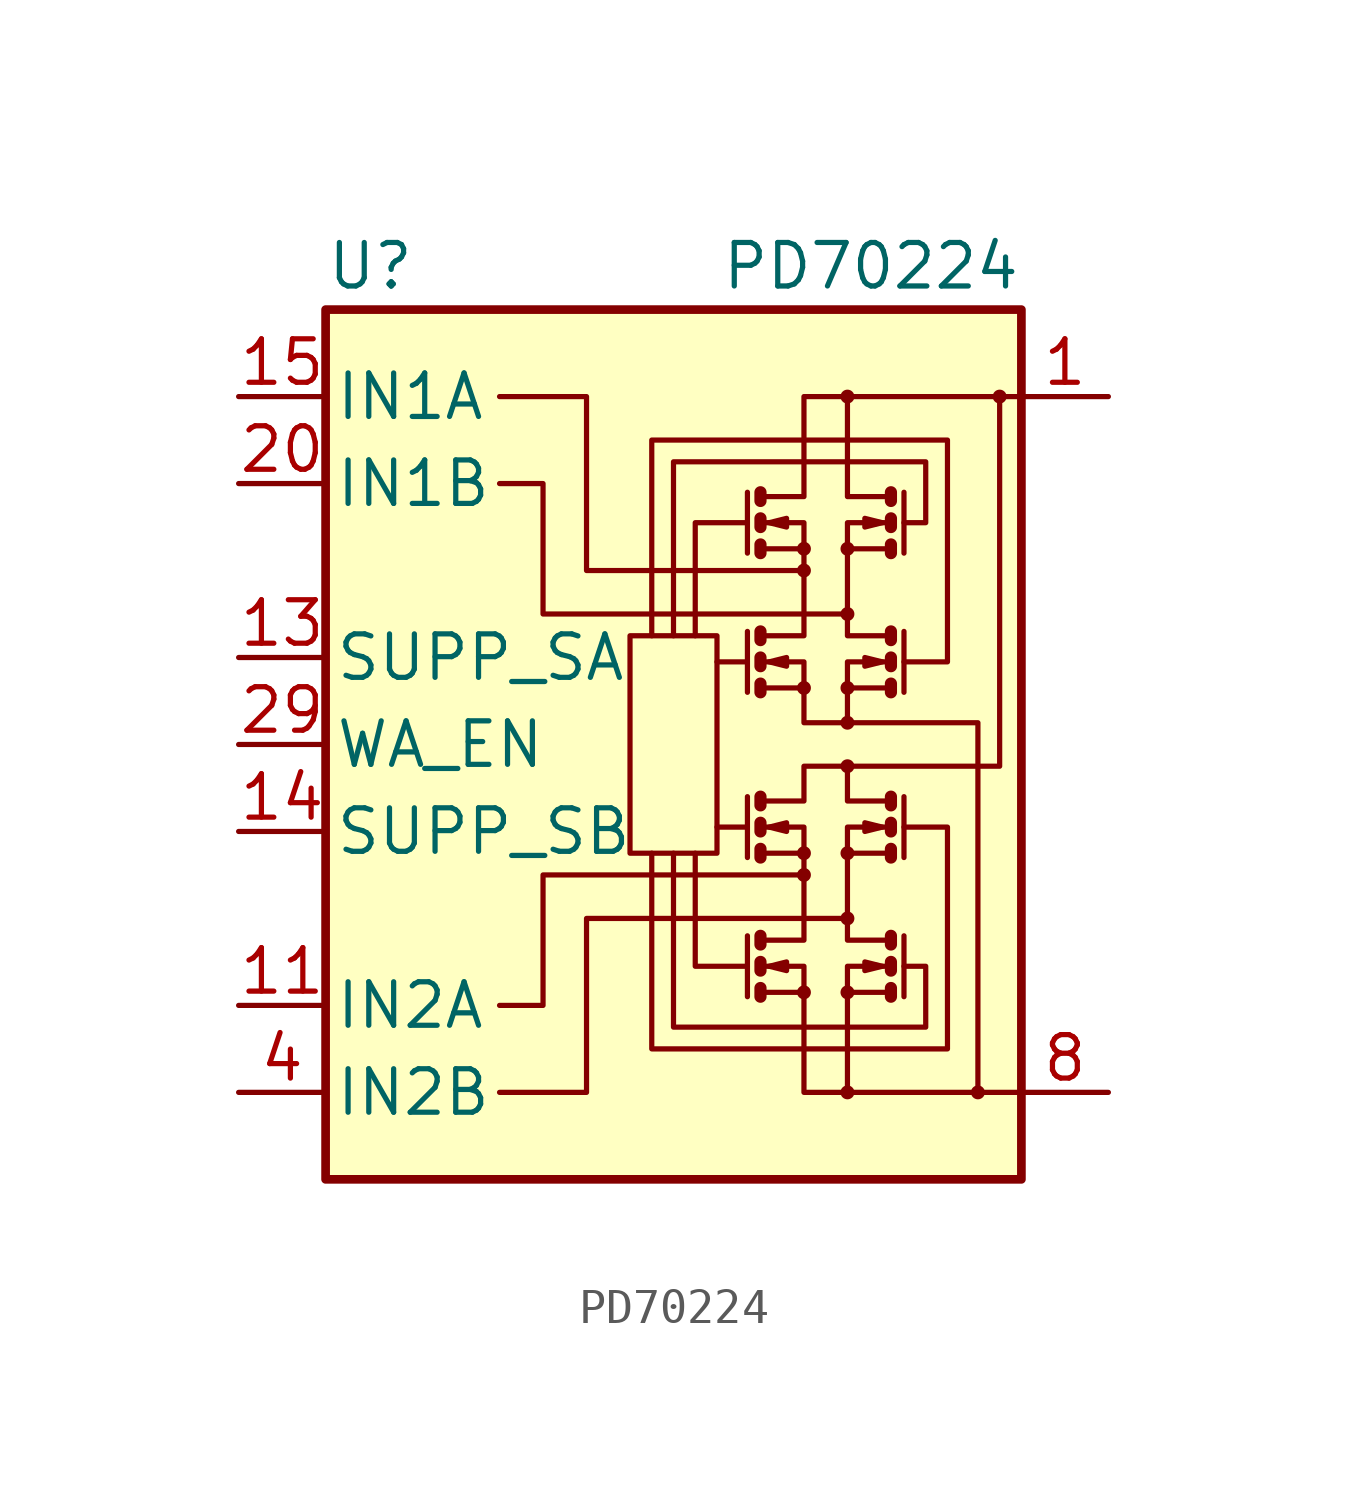
<source format=kicad_sym>
(kicad_symbol_lib
  (version 20201005)
  (generator kicad_symbol_editor)
  (symbol "Power_Management:PD70224"
    (pin_names
      (offset 0.254))
    (property "Reference" "U"
      (at -10.16 13.97 0)
      (effects (font (size 1.27 1.27)) (justify left)))
    (property "Value" "PD70224"
      (at 10.16 13.97 0)
      (effects (font (size 1.27 1.27)) (justify right)))
    (symbol "PD70224_0_1"
      (circle (center 3.81 -7.239) (radius 0.127) (stroke (width 0)) (fill (type none)))
      (circle (center 3.81 -3.81) (radius 0.127) (stroke (width 0)) (fill (type none)))
      (circle (center 3.81 -3.175) (radius 0.127) (stroke (width 0)) (fill (type none)))
      (circle (center 3.81 1.651) (radius 0.127) (stroke (width 0)) (fill (type none)))
      (circle (center 3.81 5.08) (radius 0.127) (stroke (width 0)) (fill (type none)))
      (circle (center 3.81 5.715) (radius 0.127) (stroke (width 0)) (fill (type none)))
      (circle (center 5.08 -10.16) (radius 0.127) (stroke (width 0)) (fill (type none)))
      (circle (center 5.08 -7.239) (radius 0.127) (stroke (width 0)) (fill (type none)))
      (circle (center 5.08 -5.08) (radius 0.127) (stroke (width 0)) (fill (type none)))
      (circle (center 5.08 -3.175) (radius 0.127) (stroke (width 0)) (fill (type none)))
      (circle (center 5.08 -0.635) (radius 0.127) (stroke (width 0)) (fill (type none)))
      (circle (center 5.08 0.635) (radius 0.127) (stroke (width 0)) (fill (type none)))
      (circle (center 5.08 1.651) (radius 0.127) (stroke (width 0)) (fill (type none)))
      (circle (center 5.08 3.81) (radius 0.127) (stroke (width 0)) (fill (type none)))
      (circle (center 5.08 5.715) (radius 0.127) (stroke (width 0)) (fill (type none)))
      (circle (center 5.08 10.16) (radius 0.127) (stroke (width 0)) (fill (type none)))
      (circle (center 8.89 -10.16) (radius 0.127) (stroke (width 0)) (fill (type none)))
      (circle (center 9.525 10.16) (radius 0.127) (stroke (width 0)) (fill (type none)))
      (rectangle (start -1.27 3.175) (end 1.27 -3.175) (stroke (width 0)) (fill (type none)))
      (rectangle (start -10.16 12.7) (end 10.16 -12.7) (stroke (width 0.254)) (fill (type background)))
      (polyline (pts (xy 2.159 -5.588) (xy 2.159 -7.366)) (stroke (width 0)) (fill (type none)))
      (polyline (pts (xy 2.159 -2.413) (xy 1.27 -2.413)) (stroke (width 0)) (fill (type none)))
      (polyline (pts (xy 2.159 -1.524) (xy 2.159 -3.302)) (stroke (width 0)) (fill (type none)))
      (polyline (pts (xy 2.159 2.413) (xy 1.27 2.413)) (stroke (width 0)) (fill (type none)))
      (polyline (pts (xy 2.159 3.302) (xy 2.159 1.524)) (stroke (width 0)) (fill (type none)))
      (polyline (pts (xy 2.159 7.366) (xy 2.159 5.588)) (stroke (width 0)) (fill (type none)))
      (polyline (pts (xy 2.54 -7.239) (xy 3.81 -7.239)) (stroke (width 0)) (fill (type none)))
      (polyline (pts (xy 2.54 -3.175) (xy 3.81 -3.175)) (stroke (width 0)) (fill (type none)))
      (polyline (pts (xy 2.54 1.651) (xy 3.81 1.651)) (stroke (width 0)) (fill (type none)))
      (polyline (pts (xy 2.54 5.715) (xy 3.81 5.715)) (stroke (width 0)) (fill (type none)))
      (polyline (pts (xy 6.35 -7.239) (xy 5.08 -7.239)) (stroke (width 0)) (fill (type none)))
      (polyline (pts (xy 6.35 -3.175) (xy 5.08 -3.175)) (stroke (width 0)) (fill (type none)))
      (polyline (pts (xy 6.35 1.651) (xy 5.08 1.651)) (stroke (width 0)) (fill (type none)))
      (polyline (pts (xy 6.35 5.715) (xy 5.08 5.715)) (stroke (width 0)) (fill (type none)))
      (polyline (pts (xy 6.731 -5.588) (xy 6.731 -7.366)) (stroke (width 0)) (fill (type none)))
      (polyline (pts (xy 6.731 -1.524) (xy 6.731 -3.302)) (stroke (width 0)) (fill (type none)))
      (polyline (pts (xy 6.731 3.302) (xy 6.731 1.524)) (stroke (width 0)) (fill (type none)))
      (polyline (pts (xy 6.731 7.366) (xy 6.731 5.588)) (stroke (width 0)) (fill (type none)))
      (polyline (pts (xy 2.159 -6.477) (xy 0.635 -6.477) (xy 0.635 -3.175)) (stroke (width 0)) (fill (type none)))
      (polyline (pts (xy 2.159 6.477) (xy 0.635 6.477) (xy 0.635 3.175)) (stroke (width 0)) (fill (type none)))
      (polyline (pts (xy 2.54 -7.112) (xy 2.54 -7.366) (xy 2.54 -7.366)) (stroke (width 0.356)) (fill (type none)))
      (polyline (pts (xy 2.54 -6.35) (xy 2.54 -6.604) (xy 2.54 -6.604)) (stroke (width 0.356)) (fill (type none)))
      (polyline (pts (xy 2.54 -3.048) (xy 2.54 -3.302) (xy 2.54 -3.302)) (stroke (width 0.356)) (fill (type none)))
      (polyline (pts (xy 2.54 -2.286) (xy 2.54 -2.54) (xy 2.54 -2.54)) (stroke (width 0.356)) (fill (type none)))
      (polyline (pts (xy 2.54 -1.524) (xy 2.54 -1.778) (xy 2.54 -1.778)) (stroke (width 0.356)) (fill (type none)))
      (polyline (pts (xy 2.54 1.778) (xy 2.54 1.524) (xy 2.54 1.524)) (stroke (width 0.356)) (fill (type none)))
      (polyline (pts (xy 2.54 2.54) (xy 2.54 2.286) (xy 2.54 2.286)) (stroke (width 0.356)) (fill (type none)))
      (polyline (pts (xy 2.54 5.842) (xy 2.54 5.588) (xy 2.54 5.588)) (stroke (width 0.356)) (fill (type none)))
      (polyline (pts (xy 2.54 6.604) (xy 2.54 6.35) (xy 2.54 6.35)) (stroke (width 0.356)) (fill (type none)))
      (polyline (pts (xy 2.54 7.366) (xy 2.54 7.112) (xy 2.54 7.112)) (stroke (width 0.356)) (fill (type none)))
      (polyline (pts (xy 5.08 -10.16) (xy 5.08 -6.477) (xy 6.35 -6.477)) (stroke (width 0)) (fill (type none)))
      (polyline (pts (xy 6.35 -7.112) (xy 6.35 -7.366) (xy 6.35 -7.366)) (stroke (width 0.356)) (fill (type none)))
      (polyline (pts (xy 6.35 -6.35) (xy 6.35 -6.604) (xy 6.35 -6.604)) (stroke (width 0.356)) (fill (type none)))
      (polyline (pts (xy 6.35 -3.048) (xy 6.35 -3.302) (xy 6.35 -3.302)) (stroke (width 0.356)) (fill (type none)))
      (polyline (pts (xy 6.35 -2.286) (xy 6.35 -2.54) (xy 6.35 -2.54)) (stroke (width 0.356)) (fill (type none)))
      (polyline (pts (xy 6.35 -1.651) (xy 5.08 -1.651) (xy 5.08 -0.635)) (stroke (width 0)) (fill (type none)))
      (polyline (pts (xy 6.35 -1.524) (xy 6.35 -1.778) (xy 6.35 -1.778)) (stroke (width 0.356)) (fill (type none)))
      (polyline (pts (xy 6.35 1.778) (xy 6.35 1.524) (xy 6.35 1.524)) (stroke (width 0.356)) (fill (type none)))
      (polyline (pts (xy 6.35 2.413) (xy 5.08 2.413) (xy 5.08 0.635)) (stroke (width 0)) (fill (type none)))
      (polyline (pts (xy 6.35 2.54) (xy 6.35 2.286) (xy 6.35 2.286)) (stroke (width 0.356)) (fill (type none)))
      (polyline (pts (xy 6.35 5.842) (xy 6.35 5.588) (xy 6.35 5.588)) (stroke (width 0.356)) (fill (type none)))
      (polyline (pts (xy 6.35 6.604) (xy 6.35 6.35) (xy 6.35 6.35)) (stroke (width 0.356)) (fill (type none)))
      (polyline (pts (xy 6.35 7.239) (xy 5.08 7.239) (xy 5.08 10.16)) (stroke (width 0)) (fill (type none)))
      (polyline (pts (xy 6.35 7.366) (xy 6.35 7.112) (xy 6.35 7.112)) (stroke (width 0.356)) (fill (type none)))
      (polyline (pts (xy -5.08 -10.16) (xy -2.54 -10.16) (xy -2.54 -5.08) (xy 5.08 -5.08)) (stroke (width 0)) (fill (type none)))
      (polyline (pts (xy 2.54 -6.477) (xy 3.81 -6.477) (xy 3.81 -10.16) (xy 10.16 -10.16)) (stroke (width 0)) (fill (type none)))
      (polyline (pts (xy 2.54 -2.413) (xy 3.81 -2.413) (xy 3.81 -5.715) (xy 2.54 -5.715)) (stroke (width 0)) (fill (type none)))
      (polyline (pts (xy 2.54 6.477) (xy 3.81 6.477) (xy 3.81 3.175) (xy 2.54 3.175)) (stroke (width 0)) (fill (type none)))
      (polyline (pts (xy 2.54 7.239) (xy 3.81 7.239) (xy 3.81 10.16) (xy 10.16 10.16)) (stroke (width 0)) (fill (type none)))
      (polyline (pts (xy 2.794 -6.477) (xy 3.302 -6.35) (xy 3.302 -6.604) (xy 2.794 -6.477)) (stroke (width 0)) (fill (type none)))
      (polyline (pts (xy 2.794 -2.413) (xy 3.302 -2.286) (xy 3.302 -2.54) (xy 2.794 -2.413)) (stroke (width 0)) (fill (type none)))
      (polyline (pts (xy 2.794 2.413) (xy 3.302 2.54) (xy 3.302 2.286) (xy 2.794 2.413)) (stroke (width 0)) (fill (type none)))
      (polyline (pts (xy 2.794 6.477) (xy 3.302 6.604) (xy 3.302 6.35) (xy 2.794 6.477)) (stroke (width 0)) (fill (type none)))
      (polyline (pts (xy 3.81 -3.81) (xy -3.81 -3.81) (xy -3.81 -7.62) (xy -5.08 -7.62)) (stroke (width 0)) (fill (type none)))
      (polyline (pts (xy 3.81 5.08) (xy -2.54 5.08) (xy -2.54 10.16) (xy -5.08 10.16)) (stroke (width 0)) (fill (type none)))
      (polyline (pts (xy 5.08 3.81) (xy -3.81 3.81) (xy -3.81 7.62) (xy -5.08 7.62)) (stroke (width 0)) (fill (type none)))
      (polyline (pts (xy 6.096 -6.477) (xy 5.588 -6.35) (xy 5.588 -6.604) (xy 6.096 -6.477)) (stroke (width 0)) (fill (type none)))
      (polyline (pts (xy 6.096 -2.413) (xy 5.588 -2.286) (xy 5.588 -2.54) (xy 6.096 -2.413)) (stroke (width 0)) (fill (type none)))
      (polyline (pts (xy 6.096 2.413) (xy 5.588 2.54) (xy 5.588 2.286) (xy 6.096 2.413)) (stroke (width 0)) (fill (type none)))
      (polyline (pts (xy 6.096 6.477) (xy 5.588 6.604) (xy 5.588 6.35) (xy 6.096 6.477)) (stroke (width 0)) (fill (type none)))
      (polyline (pts (xy 6.35 -2.413) (xy 5.08 -2.413) (xy 5.08 -5.715) (xy 6.35 -5.715)) (stroke (width 0)) (fill (type none)))
      (polyline (pts (xy 6.35 6.477) (xy 5.08 6.477) (xy 5.08 3.175) (xy 6.35 3.175)) (stroke (width 0)) (fill (type none)))
      (polyline (pts (xy -0.635 3.175) (xy -0.635 8.89) (xy 8.001 8.89) (xy 8.001 2.413) (xy 6.731 2.413)) (stroke (width 0)) (fill (type none)))
      (polyline (pts (xy 0 -3.175) (xy 0 -8.255) (xy 7.366 -8.255) (xy 7.366 -6.477) (xy 6.731 -6.477)) (stroke (width 0)) (fill (type none)))
      (polyline (pts (xy 2.54 -1.651) (xy 3.81 -1.651) (xy 3.81 -0.635) (xy 9.525 -0.635) (xy 9.525 10.16)) (stroke (width 0)) (fill (type none)))
      (polyline (pts (xy 2.54 2.413) (xy 3.81 2.413) (xy 3.81 0.635) (xy 8.89 0.635) (xy 8.89 -10.16)) (stroke (width 0)) (fill (type none)))
      (polyline (pts (xy 6.731 -2.413) (xy 8.001 -2.413) (xy 8.001 -8.89) (xy -0.635 -8.89) (xy -0.635 -3.175)) (stroke (width 0)) (fill (type none)))
      (polyline (pts (xy 6.731 6.477) (xy 7.366 6.477) (xy 7.366 8.255) (xy 0 8.255) (xy 0 3.175)) (stroke (width 0)) (fill (type none))))
    (symbol "PD70224_1_1"
      (polyline (pts (xy 2.54 -5.588) (xy 2.54 -5.842)) (stroke (width 0.356)) (fill (type none)))
      (polyline (pts (xy 2.54 3.302) (xy 2.54 3.048)) (stroke (width 0.356)) (fill (type none)))
      (polyline (pts (xy 6.35 -5.588) (xy 6.35 -5.842)) (stroke (width 0.356)) (fill (type none)))
      (polyline (pts (xy 6.35 3.302) (xy 6.35 3.048)) (stroke (width 0.356)) (fill (type none)))
      (pin power_in line (at 12.7 10.16 180) (length 2.54) (name "~" (effects (font (size 1.27 1.27)))) (number "1" (effects (font (size 1.27 1.27)))))
      (pin passive line (at 12.7 -10.16 180) (length 2.54) hide (name "~" (effects (font (size 1.27 1.27)))) (number "10" (effects (font (size 1.27 1.27)))))
      (pin passive line (at -12.7 -7.62 0) (length 2.54) (name "IN2A" (effects (font (size 1.27 1.27)))) (number "11" (effects (font (size 1.27 1.27)))))
      (pin passive line (at -12.7 -7.62 0) (length 2.54) hide (name "IN2A" (effects (font (size 1.27 1.27)))) (number "12" (effects (font (size 1.27 1.27)))))
      (pin input line (at -12.7 2.54 0) (length 2.54) (name "SUPP_SA" (effects (font (size 1.27 1.27)))) (number "13" (effects (font (size 1.27 1.27)))))
      (pin input line (at -12.7 -2.54 0) (length 2.54) (name "SUPP_SB" (effects (font (size 1.27 1.27)))) (number "14" (effects (font (size 1.27 1.27)))))
      (pin passive line (at -12.7 10.16 0) (length 2.54) (name "IN1A" (effects (font (size 1.27 1.27)))) (number "15" (effects (font (size 1.27 1.27)))))
      (pin passive line (at -12.7 10.16 0) (length 2.54) hide (name "IN1A" (effects (font (size 1.27 1.27)))) (number "16" (effects (font (size 1.27 1.27)))))
      (pin passive line (at 12.7 -10.16 180) (length 2.54) hide (name "~" (effects (font (size 1.27 1.27)))) (number "17" (effects (font (size 1.27 1.27)))))
      (pin passive line (at 12.7 -10.16 180) (length 2.54) hide (name "~" (effects (font (size 1.27 1.27)))) (number "18" (effects (font (size 1.27 1.27)))))
      (pin passive line (at 12.7 -10.16 180) (length 2.54) hide (name "~" (effects (font (size 1.27 1.27)))) (number "19" (effects (font (size 1.27 1.27)))))
      (pin passive line (at 12.7 10.16 180) (length 2.54) hide (name "~" (effects (font (size 1.27 1.27)))) (number "2" (effects (font (size 1.27 1.27)))))
      (pin passive line (at -12.7 7.62 0) (length 2.54) (name "IN1B" (effects (font (size 1.27 1.27)))) (number "20" (effects (font (size 1.27 1.27)))))
      (pin passive line (at -12.7 7.62 0) (length 2.54) hide (name "IN1B" (effects (font (size 1.27 1.27)))) (number "21" (effects (font (size 1.27 1.27)))))
      (pin passive line (at -12.7 7.62 0) (length 2.54) hide (name "IN1B" (effects (font (size 1.27 1.27)))) (number "22" (effects (font (size 1.27 1.27)))))
      (pin passive line (at -12.7 7.62 0) (length 2.54) hide (name "IN1B" (effects (font (size 1.27 1.27)))) (number "23" (effects (font (size 1.27 1.27)))))
      (pin passive line (at 12.7 10.16 180) (length 2.54) hide (name "~" (effects (font (size 1.27 1.27)))) (number "24" (effects (font (size 1.27 1.27)))))
      (pin passive line (at 12.7 10.16 180) (length 2.54) hide (name "~" (effects (font (size 1.27 1.27)))) (number "25" (effects (font (size 1.27 1.27)))))
      (pin passive line (at 12.7 10.16 180) (length 2.54) hide (name "~" (effects (font (size 1.27 1.27)))) (number "26" (effects (font (size 1.27 1.27)))))
      (pin passive line (at -12.7 10.16 0) (length 2.54) hide (name "IN1A" (effects (font (size 1.27 1.27)))) (number "27" (effects (font (size 1.27 1.27)))))
      (pin passive line (at -12.7 10.16 0) (length 2.54) hide (name "IN1A" (effects (font (size 1.27 1.27)))) (number "28" (effects (font (size 1.27 1.27)))))
      (pin input line (at -12.7 0 0) (length 2.54) (name "WA_EN" (effects (font (size 1.27 1.27)))) (number "29" (effects (font (size 1.27 1.27)))))
      (pin passive line (at 12.7 10.16 180) (length 2.54) hide (name "~" (effects (font (size 1.27 1.27)))) (number "3" (effects (font (size 1.27 1.27)))))
      (pin no_connect line (at -10.16 5.08 0) (length 2.54) hide (name "NC" (effects (font (size 1.27 1.27)))) (number "30" (effects (font (size 1.27 1.27)))))
      (pin passive line (at -12.7 -7.62 0) (length 2.54) hide (name "IN2A" (effects (font (size 1.27 1.27)))) (number "31" (effects (font (size 1.27 1.27)))))
      (pin passive line (at -12.7 -7.62 0) (length 2.54) hide (name "IN2A" (effects (font (size 1.27 1.27)))) (number "32" (effects (font (size 1.27 1.27)))))
      (pin passive line (at 12.7 10.16 180) (length 2.54) hide (name "~" (effects (font (size 1.27 1.27)))) (number "33" (effects (font (size 1.27 1.27)))))
      (pin passive line (at 12.7 -10.16 180) (length 2.54) hide (name "~" (effects (font (size 1.27 1.27)))) (number "34" (effects (font (size 1.27 1.27)))))
      (pin passive line (at -12.7 -10.16 0) (length 2.54) (name "IN2B" (effects (font (size 1.27 1.27)))) (number "4" (effects (font (size 1.27 1.27)))))
      (pin passive line (at -12.7 -10.16 0) (length 2.54) hide (name "IN2B" (effects (font (size 1.27 1.27)))) (number "5" (effects (font (size 1.27 1.27)))))
      (pin passive line (at -12.7 -10.16 0) (length 2.54) hide (name "IN2B" (effects (font (size 1.27 1.27)))) (number "6" (effects (font (size 1.27 1.27)))))
      (pin passive line (at -12.7 -10.16 0) (length 2.54) hide (name "IN2B" (effects (font (size 1.27 1.27)))) (number "7" (effects (font (size 1.27 1.27)))))
      (pin power_in line (at 12.7 -10.16 180) (length 2.54) (name "~" (effects (font (size 1.27 1.27)))) (number "8" (effects (font (size 1.27 1.27)))))
      (pin passive line (at 12.7 -10.16 180) (length 2.54) hide (name "~" (effects (font (size 1.27 1.27)))) (number "9" (effects (font (size 1.27 1.27))))))))
</source>
